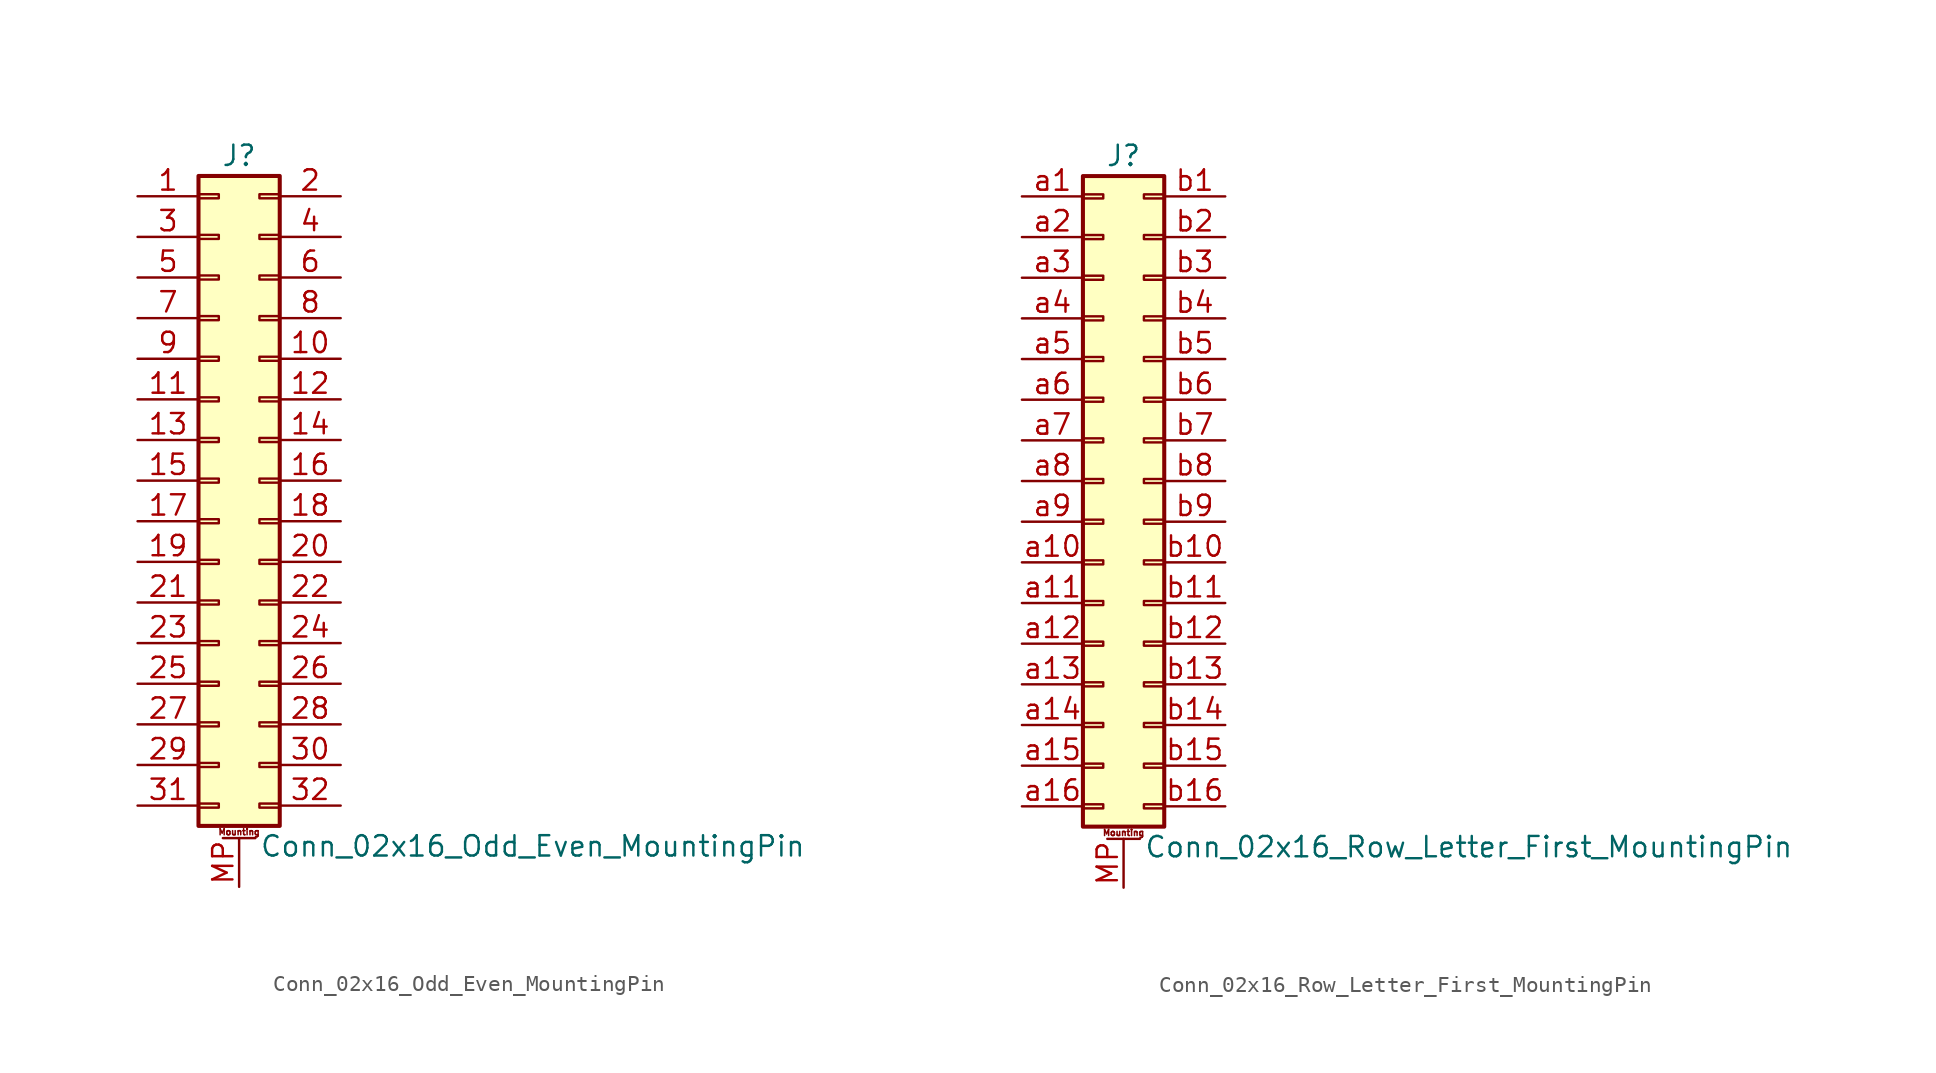
<source format=kicad_sym>
(kicad_symbol_lib
  (version 20201005)
  (generator kicad_symbol_editor)
  (symbol "Connector_Generic_MountingPin:Conn_02x16_Odd_Even_MountingPin"
    (pin_names
      (offset 1.016) hide)
    (property "Reference" "J"
      (at 1.27 20.32 0)
      (effects (font (size 1.27 1.27))))
    (property "Value" "Conn_02x16_Odd_Even_MountingPin"
      (at 2.54 -22.86 0)
      (effects (font (size 1.27 1.27)) (justify left)))
    (symbol "Conn_02x16_Odd_Even_MountingPin_1_1"
      (text "Mounting" (at 1.27 -21.971 0) (effects (font (size 0.381 0.381))))
      (rectangle (start -1.27 -4.953) (end 0 -5.207) (stroke (width 0.152)) (fill (type none)))
      (rectangle (start -1.27 -7.493) (end 0 -7.747) (stroke (width 0.152)) (fill (type none)))
      (rectangle (start -1.27 -10.033) (end 0 -10.287) (stroke (width 0.152)) (fill (type none)))
      (rectangle (start -1.27 -12.573) (end 0 -12.827) (stroke (width 0.152)) (fill (type none)))
      (rectangle (start -1.27 -15.113) (end 0 -15.367) (stroke (width 0.152)) (fill (type none)))
      (rectangle (start -1.27 -17.653) (end 0 -17.907) (stroke (width 0.152)) (fill (type none)))
      (rectangle (start -1.27 -20.193) (end 0 -20.447) (stroke (width 0.152)) (fill (type none)))
      (rectangle (start -1.27 -2.413) (end 0 -2.667) (stroke (width 0.152)) (fill (type none)))
      (rectangle (start -1.27 2.667) (end 0 2.413) (stroke (width 0.152)) (fill (type none)))
      (rectangle (start -1.27 5.207) (end 0 4.953) (stroke (width 0.152)) (fill (type none)))
      (rectangle (start -1.27 7.747) (end 0 7.493) (stroke (width 0.152)) (fill (type none)))
      (rectangle (start -1.27 10.287) (end 0 10.033) (stroke (width 0.152)) (fill (type none)))
      (rectangle (start -1.27 0.127) (end 0 -0.127) (stroke (width 0.152)) (fill (type none)))
      (rectangle (start -1.27 12.827) (end 0 12.573) (stroke (width 0.152)) (fill (type none)))
      (rectangle (start -1.27 15.367) (end 0 15.113) (stroke (width 0.152)) (fill (type none)))
      (rectangle (start -1.27 17.907) (end 0 17.653) (stroke (width 0.152)) (fill (type none)))
      (rectangle (start -1.27 19.05) (end 3.81 -21.59) (stroke (width 0.254)) (fill (type background)))
      (rectangle (start 3.81 -4.953) (end 2.54 -5.207) (stroke (width 0.152)) (fill (type none)))
      (rectangle (start 3.81 -7.493) (end 2.54 -7.747) (stroke (width 0.152)) (fill (type none)))
      (rectangle (start 3.81 -10.033) (end 2.54 -10.287) (stroke (width 0.152)) (fill (type none)))
      (rectangle (start 3.81 -12.573) (end 2.54 -12.827) (stroke (width 0.152)) (fill (type none)))
      (rectangle (start 3.81 -15.113) (end 2.54 -15.367) (stroke (width 0.152)) (fill (type none)))
      (rectangle (start 3.81 -17.653) (end 2.54 -17.907) (stroke (width 0.152)) (fill (type none)))
      (rectangle (start 3.81 -20.193) (end 2.54 -20.447) (stroke (width 0.152)) (fill (type none)))
      (rectangle (start 3.81 -2.413) (end 2.54 -2.667) (stroke (width 0.152)) (fill (type none)))
      (rectangle (start 3.81 2.667) (end 2.54 2.413) (stroke (width 0.152)) (fill (type none)))
      (rectangle (start 3.81 5.207) (end 2.54 4.953) (stroke (width 0.152)) (fill (type none)))
      (rectangle (start 3.81 7.747) (end 2.54 7.493) (stroke (width 0.152)) (fill (type none)))
      (rectangle (start 3.81 10.287) (end 2.54 10.033) (stroke (width 0.152)) (fill (type none)))
      (rectangle (start 3.81 0.127) (end 2.54 -0.127) (stroke (width 0.152)) (fill (type none)))
      (rectangle (start 3.81 12.827) (end 2.54 12.573) (stroke (width 0.152)) (fill (type none)))
      (rectangle (start 3.81 15.367) (end 2.54 15.113) (stroke (width 0.152)) (fill (type none)))
      (rectangle (start 3.81 17.907) (end 2.54 17.653) (stroke (width 0.152)) (fill (type none)))
      (polyline (pts (xy 0.254 -22.352) (xy 2.286 -22.352)) (stroke (width 0.152)) (fill (type none)))
      (pin passive line (at 1.27 -25.4 90) (length 3.048) (name "MountPin" (effects (font (size 1.27 1.27)))) (number "MP" (effects (font (size 1.27 1.27)))))
      (pin passive line (at -5.08 17.78 0) (length 3.81) (name "Pin_1" (effects (font (size 1.27 1.27)))) (number "1" (effects (font (size 1.27 1.27)))))
      (pin passive line (at 7.62 7.62 180) (length 3.81) (name "Pin_10" (effects (font (size 1.27 1.27)))) (number "10" (effects (font (size 1.27 1.27)))))
      (pin passive line (at -5.08 5.08 0) (length 3.81) (name "Pin_11" (effects (font (size 1.27 1.27)))) (number "11" (effects (font (size 1.27 1.27)))))
      (pin passive line (at 7.62 5.08 180) (length 3.81) (name "Pin_12" (effects (font (size 1.27 1.27)))) (number "12" (effects (font (size 1.27 1.27)))))
      (pin passive line (at -5.08 2.54 0) (length 3.81) (name "Pin_13" (effects (font (size 1.27 1.27)))) (number "13" (effects (font (size 1.27 1.27)))))
      (pin passive line (at 7.62 2.54 180) (length 3.81) (name "Pin_14" (effects (font (size 1.27 1.27)))) (number "14" (effects (font (size 1.27 1.27)))))
      (pin passive line (at -5.08 0 0) (length 3.81) (name "Pin_15" (effects (font (size 1.27 1.27)))) (number "15" (effects (font (size 1.27 1.27)))))
      (pin passive line (at 7.62 0 180) (length 3.81) (name "Pin_16" (effects (font (size 1.27 1.27)))) (number "16" (effects (font (size 1.27 1.27)))))
      (pin passive line (at -5.08 -2.54 0) (length 3.81) (name "Pin_17" (effects (font (size 1.27 1.27)))) (number "17" (effects (font (size 1.27 1.27)))))
      (pin passive line (at 7.62 -2.54 180) (length 3.81) (name "Pin_18" (effects (font (size 1.27 1.27)))) (number "18" (effects (font (size 1.27 1.27)))))
      (pin passive line (at -5.08 -5.08 0) (length 3.81) (name "Pin_19" (effects (font (size 1.27 1.27)))) (number "19" (effects (font (size 1.27 1.27)))))
      (pin passive line (at 7.62 17.78 180) (length 3.81) (name "Pin_2" (effects (font (size 1.27 1.27)))) (number "2" (effects (font (size 1.27 1.27)))))
      (pin passive line (at 7.62 -5.08 180) (length 3.81) (name "Pin_20" (effects (font (size 1.27 1.27)))) (number "20" (effects (font (size 1.27 1.27)))))
      (pin passive line (at -5.08 -7.62 0) (length 3.81) (name "Pin_21" (effects (font (size 1.27 1.27)))) (number "21" (effects (font (size 1.27 1.27)))))
      (pin passive line (at 7.62 -7.62 180) (length 3.81) (name "Pin_22" (effects (font (size 1.27 1.27)))) (number "22" (effects (font (size 1.27 1.27)))))
      (pin passive line (at -5.08 -10.16 0) (length 3.81) (name "Pin_23" (effects (font (size 1.27 1.27)))) (number "23" (effects (font (size 1.27 1.27)))))
      (pin passive line (at 7.62 -10.16 180) (length 3.81) (name "Pin_24" (effects (font (size 1.27 1.27)))) (number "24" (effects (font (size 1.27 1.27)))))
      (pin passive line (at -5.08 -12.7 0) (length 3.81) (name "Pin_25" (effects (font (size 1.27 1.27)))) (number "25" (effects (font (size 1.27 1.27)))))
      (pin passive line (at 7.62 -12.7 180) (length 3.81) (name "Pin_26" (effects (font (size 1.27 1.27)))) (number "26" (effects (font (size 1.27 1.27)))))
      (pin passive line (at -5.08 -15.24 0) (length 3.81) (name "Pin_27" (effects (font (size 1.27 1.27)))) (number "27" (effects (font (size 1.27 1.27)))))
      (pin passive line (at 7.62 -15.24 180) (length 3.81) (name "Pin_28" (effects (font (size 1.27 1.27)))) (number "28" (effects (font (size 1.27 1.27)))))
      (pin passive line (at -5.08 -17.78 0) (length 3.81) (name "Pin_29" (effects (font (size 1.27 1.27)))) (number "29" (effects (font (size 1.27 1.27)))))
      (pin passive line (at -5.08 15.24 0) (length 3.81) (name "Pin_3" (effects (font (size 1.27 1.27)))) (number "3" (effects (font (size 1.27 1.27)))))
      (pin passive line (at 7.62 -17.78 180) (length 3.81) (name "Pin_30" (effects (font (size 1.27 1.27)))) (number "30" (effects (font (size 1.27 1.27)))))
      (pin passive line (at -5.08 -20.32 0) (length 3.81) (name "Pin_31" (effects (font (size 1.27 1.27)))) (number "31" (effects (font (size 1.27 1.27)))))
      (pin passive line (at 7.62 -20.32 180) (length 3.81) (name "Pin_32" (effects (font (size 1.27 1.27)))) (number "32" (effects (font (size 1.27 1.27)))))
      (pin passive line (at 7.62 15.24 180) (length 3.81) (name "Pin_4" (effects (font (size 1.27 1.27)))) (number "4" (effects (font (size 1.27 1.27)))))
      (pin passive line (at -5.08 12.7 0) (length 3.81) (name "Pin_5" (effects (font (size 1.27 1.27)))) (number "5" (effects (font (size 1.27 1.27)))))
      (pin passive line (at 7.62 12.7 180) (length 3.81) (name "Pin_6" (effects (font (size 1.27 1.27)))) (number "6" (effects (font (size 1.27 1.27)))))
      (pin passive line (at -5.08 10.16 0) (length 3.81) (name "Pin_7" (effects (font (size 1.27 1.27)))) (number "7" (effects (font (size 1.27 1.27)))))
      (pin passive line (at 7.62 10.16 180) (length 3.81) (name "Pin_8" (effects (font (size 1.27 1.27)))) (number "8" (effects (font (size 1.27 1.27)))))
      (pin passive line (at -5.08 7.62 0) (length 3.81) (name "Pin_9" (effects (font (size 1.27 1.27)))) (number "9" (effects (font (size 1.27 1.27)))))))
  (symbol "Connector_Generic_MountingPin:Conn_02x16_Row_Letter_First_MountingPin"
    (pin_names
      (offset 1.016) hide)
    (property "Reference" "J"
      (at 1.27 20.32 0)
      (effects (font (size 1.27 1.27))))
    (property "Value" "Conn_02x16_Row_Letter_First_MountingPin"
      (at 2.54 -22.86 0)
      (effects (font (size 1.27 1.27)) (justify left)))
    (symbol "Conn_02x16_Row_Letter_First_MountingPin_1_1"
      (text "Mounting" (at 1.27 -21.971 0) (effects (font (size 0.381 0.381))))
      (rectangle (start -1.27 -4.953) (end 0 -5.207) (stroke (width 0.152)) (fill (type none)))
      (rectangle (start -1.27 -7.493) (end 0 -7.747) (stroke (width 0.152)) (fill (type none)))
      (rectangle (start -1.27 -10.033) (end 0 -10.287) (stroke (width 0.152)) (fill (type none)))
      (rectangle (start -1.27 -12.573) (end 0 -12.827) (stroke (width 0.152)) (fill (type none)))
      (rectangle (start -1.27 -15.113) (end 0 -15.367) (stroke (width 0.152)) (fill (type none)))
      (rectangle (start -1.27 -17.653) (end 0 -17.907) (stroke (width 0.152)) (fill (type none)))
      (rectangle (start -1.27 -20.193) (end 0 -20.447) (stroke (width 0.152)) (fill (type none)))
      (rectangle (start -1.27 -2.413) (end 0 -2.667) (stroke (width 0.152)) (fill (type none)))
      (rectangle (start -1.27 2.667) (end 0 2.413) (stroke (width 0.152)) (fill (type none)))
      (rectangle (start -1.27 5.207) (end 0 4.953) (stroke (width 0.152)) (fill (type none)))
      (rectangle (start -1.27 7.747) (end 0 7.493) (stroke (width 0.152)) (fill (type none)))
      (rectangle (start -1.27 10.287) (end 0 10.033) (stroke (width 0.152)) (fill (type none)))
      (rectangle (start -1.27 0.127) (end 0 -0.127) (stroke (width 0.152)) (fill (type none)))
      (rectangle (start -1.27 12.827) (end 0 12.573) (stroke (width 0.152)) (fill (type none)))
      (rectangle (start -1.27 15.367) (end 0 15.113) (stroke (width 0.152)) (fill (type none)))
      (rectangle (start -1.27 17.907) (end 0 17.653) (stroke (width 0.152)) (fill (type none)))
      (rectangle (start -1.27 19.05) (end 3.81 -21.59) (stroke (width 0.254)) (fill (type background)))
      (rectangle (start 3.81 -4.953) (end 2.54 -5.207) (stroke (width 0.152)) (fill (type none)))
      (rectangle (start 3.81 -7.493) (end 2.54 -7.747) (stroke (width 0.152)) (fill (type none)))
      (rectangle (start 3.81 -10.033) (end 2.54 -10.287) (stroke (width 0.152)) (fill (type none)))
      (rectangle (start 3.81 -12.573) (end 2.54 -12.827) (stroke (width 0.152)) (fill (type none)))
      (rectangle (start 3.81 -15.113) (end 2.54 -15.367) (stroke (width 0.152)) (fill (type none)))
      (rectangle (start 3.81 -17.653) (end 2.54 -17.907) (stroke (width 0.152)) (fill (type none)))
      (rectangle (start 3.81 -20.193) (end 2.54 -20.447) (stroke (width 0.152)) (fill (type none)))
      (rectangle (start 3.81 -2.413) (end 2.54 -2.667) (stroke (width 0.152)) (fill (type none)))
      (rectangle (start 3.81 2.667) (end 2.54 2.413) (stroke (width 0.152)) (fill (type none)))
      (rectangle (start 3.81 5.207) (end 2.54 4.953) (stroke (width 0.152)) (fill (type none)))
      (rectangle (start 3.81 7.747) (end 2.54 7.493) (stroke (width 0.152)) (fill (type none)))
      (rectangle (start 3.81 10.287) (end 2.54 10.033) (stroke (width 0.152)) (fill (type none)))
      (rectangle (start 3.81 0.127) (end 2.54 -0.127) (stroke (width 0.152)) (fill (type none)))
      (rectangle (start 3.81 12.827) (end 2.54 12.573) (stroke (width 0.152)) (fill (type none)))
      (rectangle (start 3.81 15.367) (end 2.54 15.113) (stroke (width 0.152)) (fill (type none)))
      (rectangle (start 3.81 17.907) (end 2.54 17.653) (stroke (width 0.152)) (fill (type none)))
      (polyline (pts (xy 0.254 -22.352) (xy 2.286 -22.352)) (stroke (width 0.152)) (fill (type none)))
      (pin passive line (at 1.27 -25.4 90) (length 3.048) (name "MountPin" (effects (font (size 1.27 1.27)))) (number "MP" (effects (font (size 1.27 1.27)))))
      (pin passive line (at -5.08 17.78 0) (length 3.81) (name "Pin_a1" (effects (font (size 1.27 1.27)))) (number "a1" (effects (font (size 1.27 1.27)))))
      (pin passive line (at -5.08 -5.08 0) (length 3.81) (name "Pin_a10" (effects (font (size 1.27 1.27)))) (number "a10" (effects (font (size 1.27 1.27)))))
      (pin passive line (at -5.08 -7.62 0) (length 3.81) (name "Pin_a11" (effects (font (size 1.27 1.27)))) (number "a11" (effects (font (size 1.27 1.27)))))
      (pin passive line (at -5.08 -10.16 0) (length 3.81) (name "Pin_a12" (effects (font (size 1.27 1.27)))) (number "a12" (effects (font (size 1.27 1.27)))))
      (pin passive line (at -5.08 -12.7 0) (length 3.81) (name "Pin_a13" (effects (font (size 1.27 1.27)))) (number "a13" (effects (font (size 1.27 1.27)))))
      (pin passive line (at -5.08 -15.24 0) (length 3.81) (name "Pin_a14" (effects (font (size 1.27 1.27)))) (number "a14" (effects (font (size 1.27 1.27)))))
      (pin passive line (at -5.08 -17.78 0) (length 3.81) (name "Pin_a15" (effects (font (size 1.27 1.27)))) (number "a15" (effects (font (size 1.27 1.27)))))
      (pin passive line (at -5.08 -20.32 0) (length 3.81) (name "Pin_a16" (effects (font (size 1.27 1.27)))) (number "a16" (effects (font (size 1.27 1.27)))))
      (pin passive line (at -5.08 15.24 0) (length 3.81) (name "Pin_a2" (effects (font (size 1.27 1.27)))) (number "a2" (effects (font (size 1.27 1.27)))))
      (pin passive line (at -5.08 12.7 0) (length 3.81) (name "Pin_a3" (effects (font (size 1.27 1.27)))) (number "a3" (effects (font (size 1.27 1.27)))))
      (pin passive line (at -5.08 10.16 0) (length 3.81) (name "Pin_a4" (effects (font (size 1.27 1.27)))) (number "a4" (effects (font (size 1.27 1.27)))))
      (pin passive line (at -5.08 7.62 0) (length 3.81) (name "Pin_a5" (effects (font (size 1.27 1.27)))) (number "a5" (effects (font (size 1.27 1.27)))))
      (pin passive line (at -5.08 5.08 0) (length 3.81) (name "Pin_a6" (effects (font (size 1.27 1.27)))) (number "a6" (effects (font (size 1.27 1.27)))))
      (pin passive line (at -5.08 2.54 0) (length 3.81) (name "Pin_a7" (effects (font (size 1.27 1.27)))) (number "a7" (effects (font (size 1.27 1.27)))))
      (pin passive line (at -5.08 0 0) (length 3.81) (name "Pin_a8" (effects (font (size 1.27 1.27)))) (number "a8" (effects (font (size 1.27 1.27)))))
      (pin passive line (at -5.08 -2.54 0) (length 3.81) (name "Pin_a9" (effects (font (size 1.27 1.27)))) (number "a9" (effects (font (size 1.27 1.27)))))
      (pin passive line (at 7.62 17.78 180) (length 3.81) (name "Pin_b1" (effects (font (size 1.27 1.27)))) (number "b1" (effects (font (size 1.27 1.27)))))
      (pin passive line (at 7.62 -5.08 180) (length 3.81) (name "Pin_b10" (effects (font (size 1.27 1.27)))) (number "b10" (effects (font (size 1.27 1.27)))))
      (pin passive line (at 7.62 -7.62 180) (length 3.81) (name "Pin_b11" (effects (font (size 1.27 1.27)))) (number "b11" (effects (font (size 1.27 1.27)))))
      (pin passive line (at 7.62 -10.16 180) (length 3.81) (name "Pin_b12" (effects (font (size 1.27 1.27)))) (number "b12" (effects (font (size 1.27 1.27)))))
      (pin passive line (at 7.62 -12.7 180) (length 3.81) (name "Pin_b13" (effects (font (size 1.27 1.27)))) (number "b13" (effects (font (size 1.27 1.27)))))
      (pin passive line (at 7.62 -15.24 180) (length 3.81) (name "Pin_b14" (effects (font (size 1.27 1.27)))) (number "b14" (effects (font (size 1.27 1.27)))))
      (pin passive line (at 7.62 -17.78 180) (length 3.81) (name "Pin_b15" (effects (font (size 1.27 1.27)))) (number "b15" (effects (font (size 1.27 1.27)))))
      (pin passive line (at 7.62 -20.32 180) (length 3.81) (name "Pin_b16" (effects (font (size 1.27 1.27)))) (number "b16" (effects (font (size 1.27 1.27)))))
      (pin passive line (at 7.62 15.24 180) (length 3.81) (name "Pin_b2" (effects (font (size 1.27 1.27)))) (number "b2" (effects (font (size 1.27 1.27)))))
      (pin passive line (at 7.62 12.7 180) (length 3.81) (name "Pin_b3" (effects (font (size 1.27 1.27)))) (number "b3" (effects (font (size 1.27 1.27)))))
      (pin passive line (at 7.62 10.16 180) (length 3.81) (name "Pin_b4" (effects (font (size 1.27 1.27)))) (number "b4" (effects (font (size 1.27 1.27)))))
      (pin passive line (at 7.62 7.62 180) (length 3.81) (name "Pin_b5" (effects (font (size 1.27 1.27)))) (number "b5" (effects (font (size 1.27 1.27)))))
      (pin passive line (at 7.62 5.08 180) (length 3.81) (name "Pin_b6" (effects (font (size 1.27 1.27)))) (number "b6" (effects (font (size 1.27 1.27)))))
      (pin passive line (at 7.62 2.54 180) (length 3.81) (name "Pin_b7" (effects (font (size 1.27 1.27)))) (number "b7" (effects (font (size 1.27 1.27)))))
      (pin passive line (at 7.62 0 180) (length 3.81) (name "Pin_b8" (effects (font (size 1.27 1.27)))) (number "b8" (effects (font (size 1.27 1.27)))))
      (pin passive line (at 7.62 -2.54 180) (length 3.81) (name "Pin_b9" (effects (font (size 1.27 1.27)))) (number "b9" (effects (font (size 1.27 1.27))))))))
</source>
